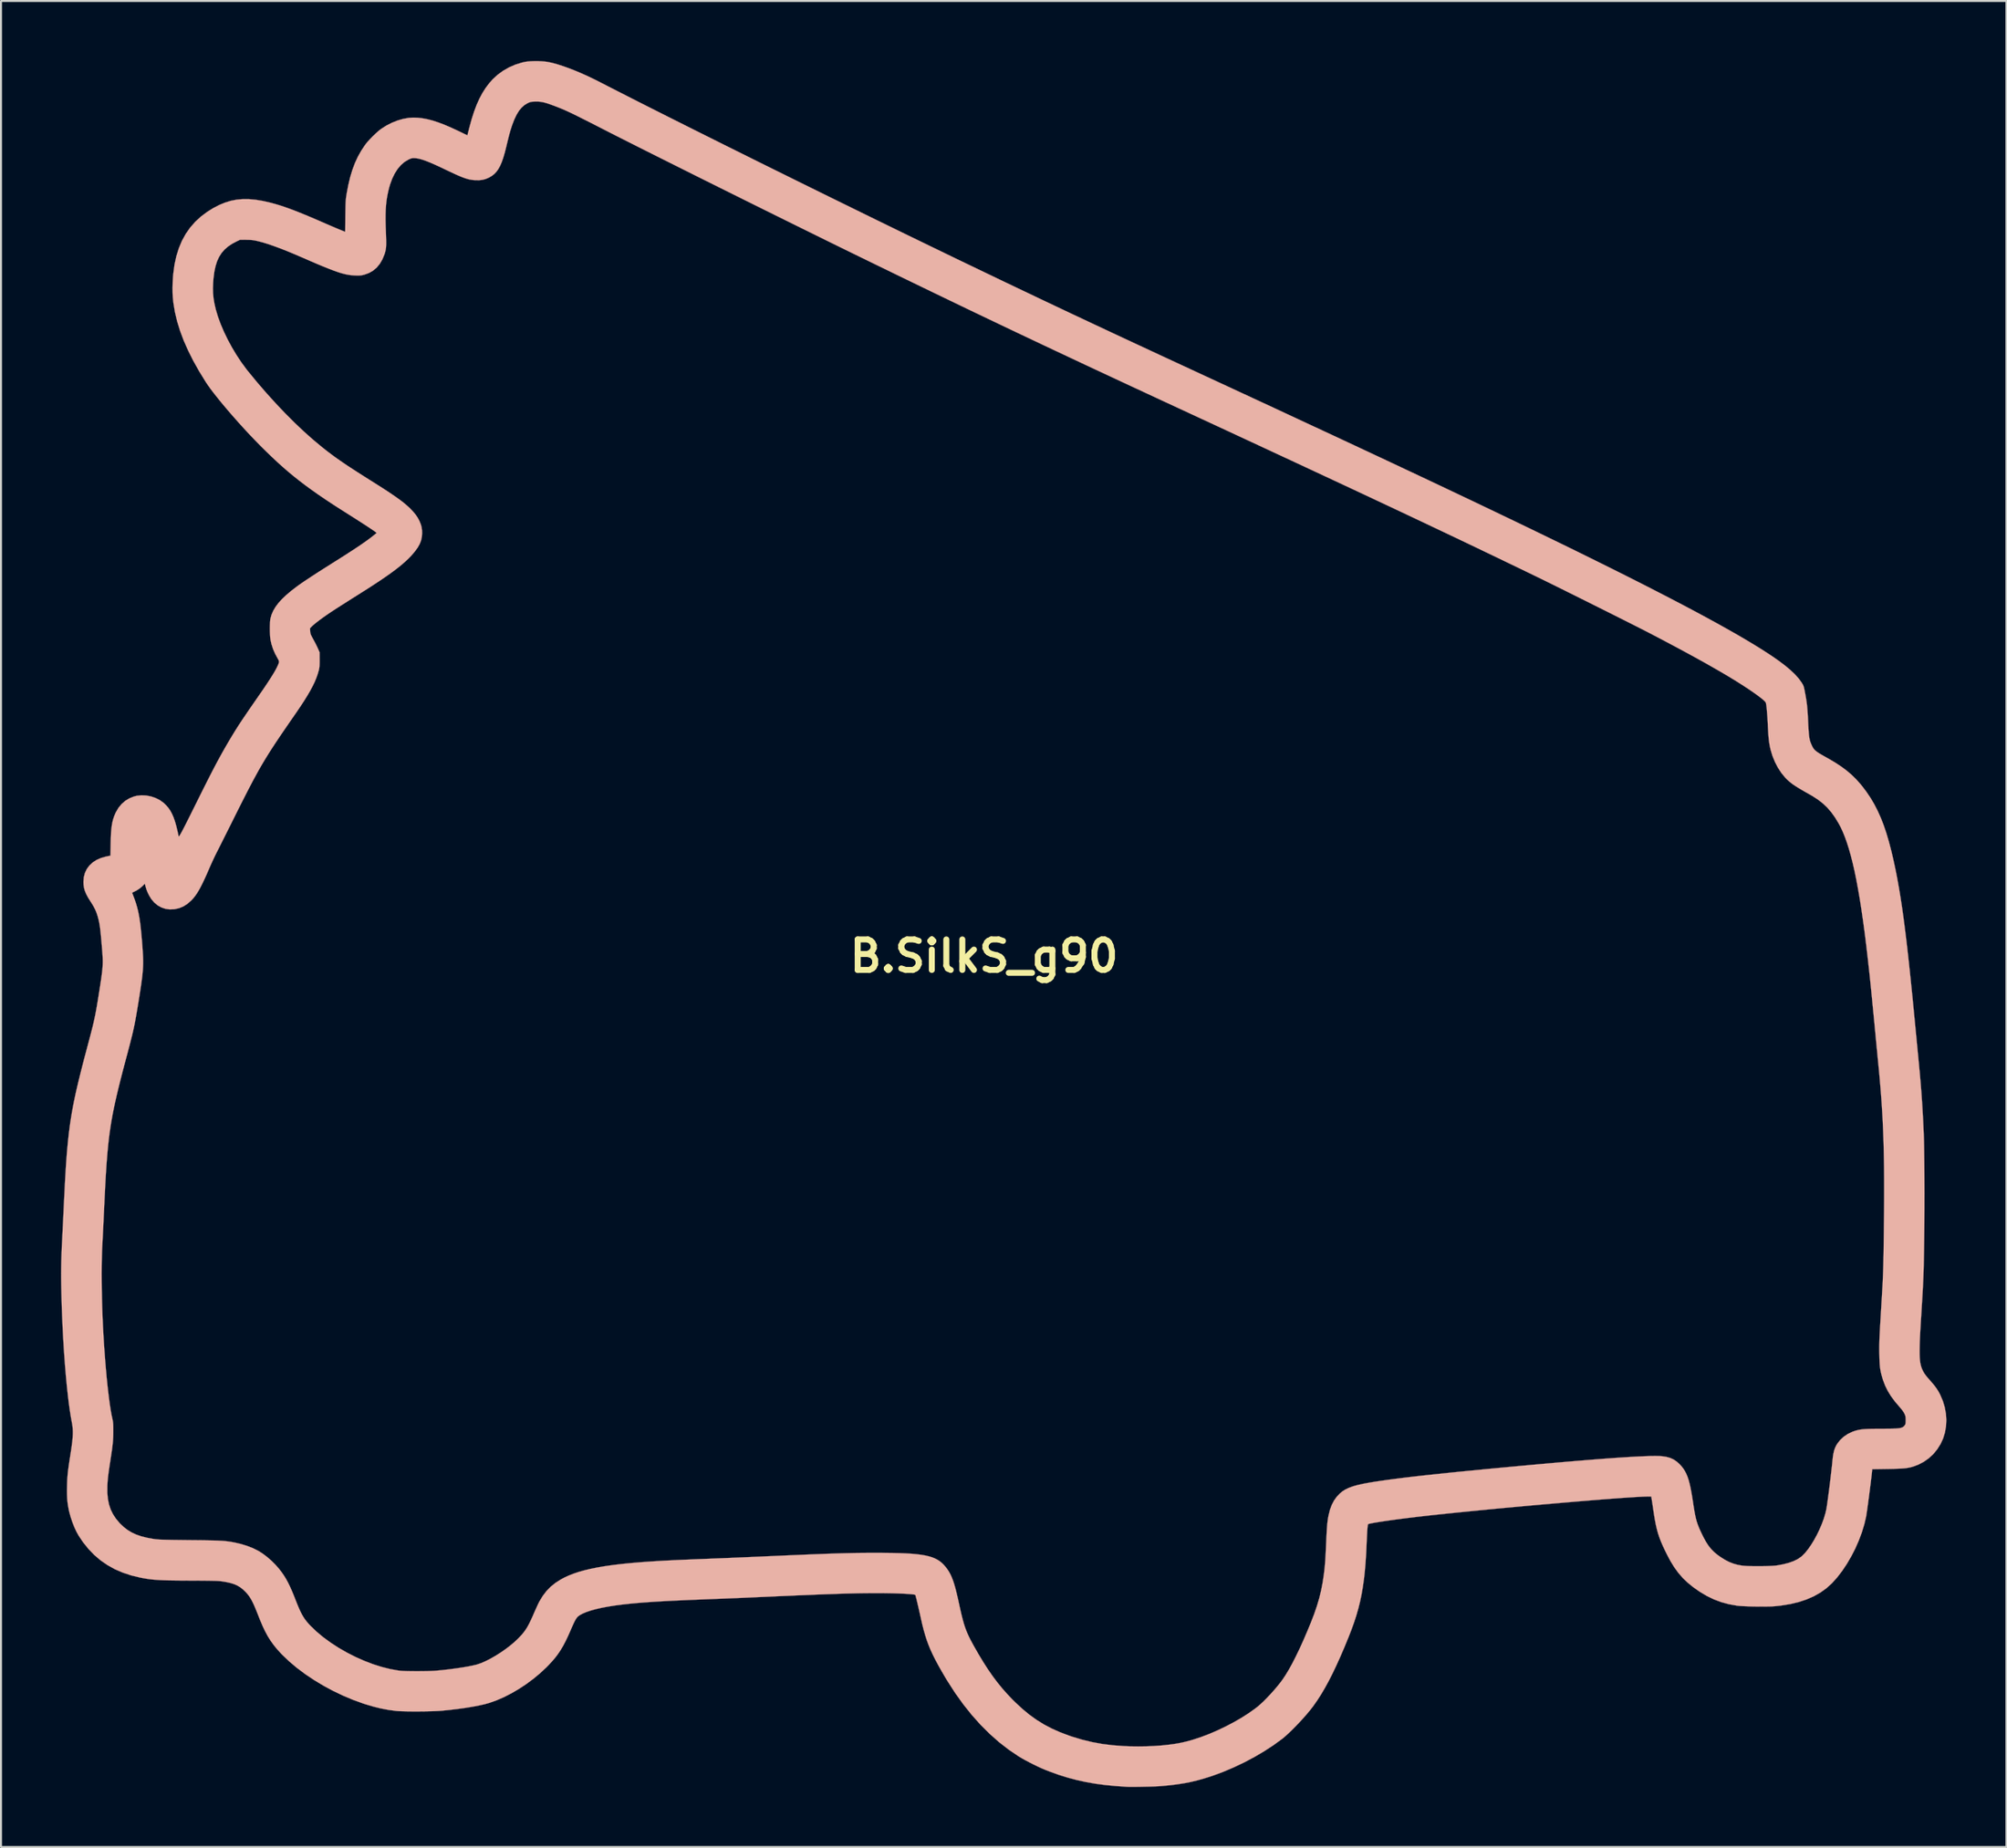
<source format=kicad_pcb>
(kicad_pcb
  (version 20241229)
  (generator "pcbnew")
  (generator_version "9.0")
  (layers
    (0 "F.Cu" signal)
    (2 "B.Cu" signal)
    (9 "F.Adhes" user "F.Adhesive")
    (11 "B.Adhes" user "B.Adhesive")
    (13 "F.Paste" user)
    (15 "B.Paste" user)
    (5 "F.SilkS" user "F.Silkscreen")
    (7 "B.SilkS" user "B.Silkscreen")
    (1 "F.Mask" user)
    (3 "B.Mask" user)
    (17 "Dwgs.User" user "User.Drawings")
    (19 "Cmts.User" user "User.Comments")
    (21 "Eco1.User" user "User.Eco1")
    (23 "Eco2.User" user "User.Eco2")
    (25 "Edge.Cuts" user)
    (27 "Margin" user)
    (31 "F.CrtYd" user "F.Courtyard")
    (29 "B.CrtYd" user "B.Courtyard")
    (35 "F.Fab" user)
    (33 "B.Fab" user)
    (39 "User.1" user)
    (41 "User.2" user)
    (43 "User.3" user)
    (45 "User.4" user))
  (footprint "B.SilkS_g90"
    (layer "F.Cu")
    (at 46.12 44.738)
    (property "Reference" "B.SilkS_g90" (at 0 0 0) (layer "F.SilkS") (effects (font (size 1.524 1.524) (thickness 0.3))))
    (attr through_hole)
    (fp_poly (pts (xy -22.276 -44.732) (xy -22.093 -44.724) (xy -21.925 -44.709) (xy -21.812 -44.694) (xy -21.589 -44.647) (xy -21.336 -44.578) (xy -21.058 -44.489) (xy -20.758 -44.382) (xy -20.442 -44.259) (xy -20.115 -44.121) (xy -19.782 -43.971) (xy -19.446 -43.809) (xy -19.241 -43.705) (xy -18.799 -43.478) (xy -18.322 -43.234) (xy -17.811 -42.974) (xy -17.269 -42.698) (xy -16.698 -42.41) (xy -16.1 -42.108) (xy -15.477 -41.795) (xy -14.831 -41.471) (xy -14.166 -41.138) (xy -13.482 -40.797) (xy -12.783 -40.448) (xy -12.071 -40.094) (xy -11.347 -39.734) (xy -10.614 -39.371) (xy -9.875 -39.006) (xy -9.131 -38.638) (xy -8.386 -38.271) (xy -7.64 -37.904) (xy -6.897 -37.539) (xy -6.158 -37.176) (xy -5.427 -36.818) (xy -4.704 -36.465) (xy -3.993 -36.118) (xy -3.295 -35.779) (xy -2.613 -35.448) (xy -1.95 -35.127) (xy -1.307 -34.816) (xy -0.73 -34.539) (xy -0.146 -34.258) (xy 0.416 -33.989) (xy 0.959 -33.728) (xy 1.487 -33.476) (xy 2.003 -33.23) (xy 2.509 -32.989) (xy 3.009 -32.751) (xy 3.505 -32.516) (xy 4.002 -32.281) (xy 4.501 -32.045) (xy 5.006 -31.808) (xy 5.52 -31.566) (xy 6.047 -31.319) (xy 6.588 -31.066) (xy 7.148 -30.805) (xy 7.729 -30.534) (xy 8.334 -30.252) (xy 8.967 -29.958) (xy 9.63 -29.651) (xy 10.327 -29.328) (xy 10.774 -29.12) (xy 11.819 -28.636) (xy 12.826 -28.169) (xy 13.798 -27.718) (xy 14.735 -27.283) (xy 15.638 -26.862) (xy 16.509 -26.456) (xy 17.35 -26.065) (xy 18.161 -25.686) (xy 18.944 -25.32) (xy 19.699 -24.966) (xy 20.43 -24.623) (xy 21.135 -24.291) (xy 21.818 -23.97) (xy 22.479 -23.658) (xy 23.119 -23.355) (xy 23.74 -23.06) (xy 24.344 -22.774) (xy 24.93 -22.494) (xy 25.501 -22.221) (xy 26.058 -21.954) (xy 26.603 -21.693) (xy 26.85 -21.574) (xy 27.829 -21.1) (xy 28.77 -20.643) (xy 29.672 -20.202) (xy 30.535 -19.776) (xy 31.361 -19.366) (xy 32.15 -18.971) (xy 32.902 -18.591) (xy 33.616 -18.225) (xy 34.295 -17.875) (xy 34.937 -17.539) (xy 35.543 -17.218) (xy 36.114 -16.91) (xy 36.65 -16.617) (xy 37.151 -16.337) (xy 37.618 -16.072) (xy 38.051 -15.819) (xy 38.449 -15.58) (xy 38.815 -15.354) (xy 39.147 -15.141) (xy 39.447 -14.941) (xy 39.709 -14.757) (xy 40.014 -14.527) (xy 40.28 -14.305) (xy 40.505 -14.092) (xy 40.69 -13.888) (xy 40.832 -13.695) (xy 40.88 -13.62) (xy 40.915 -13.558) (xy 40.941 -13.499) (xy 40.962 -13.431) (xy 40.982 -13.344) (xy 41.005 -13.229) (xy 41.042 -13.033) (xy 41.072 -12.858) (xy 41.097 -12.693) (xy 41.117 -12.529) (xy 41.133 -12.358) (xy 41.147 -12.169) (xy 41.16 -11.954) (xy 41.168 -11.779) (xy 41.179 -11.548) (xy 41.19 -11.354) (xy 41.202 -11.193) (xy 41.214 -11.058) (xy 41.228 -10.945) (xy 41.245 -10.85) (xy 41.265 -10.766) (xy 41.29 -10.69) (xy 41.319 -10.615) (xy 41.35 -10.545) (xy 41.385 -10.471) (xy 41.42 -10.408) (xy 41.459 -10.352) (xy 41.506 -10.299) (xy 41.565 -10.247) (xy 41.641 -10.192) (xy 41.737 -10.129) (xy 41.859 -10.057) (xy 42.01 -9.971) (xy 42.162 -9.886) (xy 42.505 -9.685) (xy 42.812 -9.485) (xy 43.088 -9.28) (xy 43.34 -9.067) (xy 43.572 -8.839) (xy 43.791 -8.594) (xy 43.875 -8.491) (xy 44.091 -8.204) (xy 44.29 -7.909) (xy 44.473 -7.599) (xy 44.641 -7.273) (xy 44.798 -6.926) (xy 44.943 -6.555) (xy 45.079 -6.155) (xy 45.207 -5.723) (xy 45.329 -5.256) (xy 45.423 -4.858) (xy 45.485 -4.573) (xy 45.546 -4.285) (xy 45.604 -3.99) (xy 45.66 -3.688) (xy 45.716 -3.375) (xy 45.77 -3.05) (xy 45.823 -2.71) (xy 45.876 -2.354) (xy 45.929 -1.98) (xy 45.981 -1.584) (xy 46.034 -1.166) (xy 46.088 -0.722) (xy 46.142 -0.252) (xy 46.198 0.248) (xy 46.255 0.779) (xy 46.313 1.344) (xy 46.374 1.944) (xy 46.437 2.582) (xy 46.503 3.259) (xy 46.513 3.365) (xy 46.537 3.619) (xy 46.563 3.885) (xy 46.589 4.156) (xy 46.614 4.423) (xy 46.639 4.681) (xy 46.662 4.92) (xy 46.683 5.134) (xy 46.7 5.314) (xy 46.703 5.345) (xy 46.75 5.84) (xy 46.791 6.311) (xy 46.828 6.771) (xy 46.86 7.227) (xy 46.889 7.692) (xy 46.916 8.175) (xy 46.94 8.686) (xy 46.948 8.869) (xy 46.955 9.044) (xy 46.961 9.257) (xy 46.966 9.504) (xy 46.97 9.782) (xy 46.974 10.087) (xy 46.978 10.414) (xy 46.981 10.76) (xy 46.983 11.12) (xy 46.984 11.491) (xy 46.985 11.869) (xy 46.984 12.25) (xy 46.984 12.63) (xy 46.982 13.004) (xy 46.98 13.37) (xy 46.976 13.723) (xy 46.972 14.058) (xy 46.971 14.15) (xy 46.967 14.446) (xy 46.963 14.712) (xy 46.959 14.954) (xy 46.955 15.174) (xy 46.95 15.378) (xy 46.946 15.571) (xy 46.94 15.755) (xy 46.934 15.936) (xy 46.927 16.117) (xy 46.918 16.304) (xy 46.909 16.5) (xy 46.898 16.711) (xy 46.885 16.939) (xy 46.87 17.189) (xy 46.853 17.467) (xy 46.835 17.775) (xy 46.813 18.119) (xy 46.799 18.341) (xy 46.779 18.687) (xy 46.762 18.994) (xy 46.75 19.265) (xy 46.743 19.503) (xy 46.74 19.712) (xy 46.741 19.894) (xy 46.747 20.052) (xy 46.758 20.189) (xy 46.773 20.309) (xy 46.794 20.415) (xy 46.819 20.509) (xy 46.839 20.57) (xy 46.88 20.672) (xy 46.926 20.766) (xy 46.982 20.859) (xy 47.054 20.959) (xy 47.146 21.072) (xy 47.263 21.206) (xy 47.275 21.22) (xy 47.41 21.376) (xy 47.52 21.513) (xy 47.611 21.642) (xy 47.691 21.771) (xy 47.765 21.909) (xy 47.769 21.918) (xy 47.902 22.228) (xy 47.998 22.545) (xy 48.057 22.866) (xy 48.078 23.186) (xy 48.061 23.503) (xy 48.008 23.811) (xy 47.917 24.107) (xy 47.789 24.384) (xy 47.622 24.65) (xy 47.424 24.889) (xy 47.199 25.098) (xy 46.948 25.274) (xy 46.676 25.416) (xy 46.467 25.496) (xy 46.372 25.526) (xy 46.281 25.55) (xy 46.188 25.57) (xy 46.089 25.586) (xy 45.977 25.599) (xy 45.848 25.609) (xy 45.696 25.617) (xy 45.515 25.623) (xy 45.301 25.628) (xy 45.149 25.631) (xy 44.376 25.643) (xy 44.349 25.897) (xy 44.334 26.03) (xy 44.315 26.188) (xy 44.293 26.367) (xy 44.269 26.56) (xy 44.243 26.761) (xy 44.217 26.966) (xy 44.19 27.169) (xy 44.164 27.363) (xy 44.139 27.543) (xy 44.116 27.704) (xy 44.096 27.84) (xy 44.08 27.944) (xy 44.069 28.012) (xy 43.977 28.406) (xy 43.854 28.808) (xy 43.702 29.212) (xy 43.526 29.612) (xy 43.327 30) (xy 43.11 30.372) (xy 42.877 30.721) (xy 42.632 31.041) (xy 42.377 31.326) (xy 42.344 31.359) (xy 42.076 31.6) (xy 41.779 31.812) (xy 41.452 31.996) (xy 41.094 32.152) (xy 40.706 32.281) (xy 40.287 32.382) (xy 39.835 32.456) (xy 39.502 32.492) (xy 39.378 32.5) (xy 39.222 32.505) (xy 39.043 32.508) (xy 38.847 32.509) (xy 38.642 32.508) (xy 38.435 32.505) (xy 38.233 32.5) (xy 38.043 32.493) (xy 37.874 32.485) (xy 37.731 32.475) (xy 37.622 32.463) (xy 37.613 32.462) (xy 37.209 32.389) (xy 36.831 32.286) (xy 36.47 32.151) (xy 36.119 31.982) (xy 35.769 31.774) (xy 35.74 31.755) (xy 35.431 31.538) (xy 35.156 31.315) (xy 34.911 31.08) (xy 34.689 30.825) (xy 34.486 30.546) (xy 34.295 30.236) (xy 34.145 29.955) (xy 34.017 29.697) (xy 33.908 29.465) (xy 33.816 29.25) (xy 33.738 29.046) (xy 33.671 28.843) (xy 33.614 28.634) (xy 33.563 28.412) (xy 33.516 28.168) (xy 33.471 27.893) (xy 33.444 27.718) (xy 33.423 27.576) (xy 33.402 27.439) (xy 33.384 27.317) (xy 33.368 27.217) (xy 33.357 27.149) (xy 33.356 27.141) (xy 33.333 27.009) (xy 33.168 27.009) (xy 33.048 27.011) (xy 32.888 27.017) (xy 32.691 27.027) (xy 32.459 27.041) (xy 32.194 27.058) (xy 31.899 27.078) (xy 31.575 27.102) (xy 31.225 27.128) (xy 30.853 27.157) (xy 30.458 27.188) (xy 30.045 27.222) (xy 29.616 27.257) (xy 29.172 27.295) (xy 28.717 27.334) (xy 28.252 27.375) (xy 27.78 27.416) (xy 27.302 27.459) (xy 26.823 27.503) (xy 26.343 27.547) (xy 25.865 27.591) (xy 25.392 27.636) (xy 24.926 27.681) (xy 24.468 27.726) (xy 24.022 27.77) (xy 23.59 27.813) (xy 23.174 27.856) (xy 22.776 27.898) (xy 22.399 27.938) (xy 22.045 27.978) (xy 21.992 27.984) (xy 21.682 28.019) (xy 21.378 28.056) (xy 21.081 28.092) (xy 20.795 28.129) (xy 20.523 28.165) (xy 20.268 28.2) (xy 20.032 28.234) (xy 19.819 28.266) (xy 19.632 28.296) (xy 19.473 28.323) (xy 19.346 28.347) (xy 19.253 28.367) (xy 19.198 28.384) (xy 19.184 28.391) (xy 19.174 28.423) (xy 19.163 28.495) (xy 19.152 28.607) (xy 19.141 28.758) (xy 19.131 28.946) (xy 19.12 29.17) (xy 19.114 29.316) (xy 19.091 29.822) (xy 19.061 30.292) (xy 19.024 30.729) (xy 18.979 31.139) (xy 18.924 31.527) (xy 18.86 31.898) (xy 18.785 32.256) (xy 18.698 32.606) (xy 18.598 32.955) (xy 18.484 33.305) (xy 18.355 33.663) (xy 18.214 34.025) (xy 18.003 34.539) (xy 17.799 35.013) (xy 17.601 35.451) (xy 17.408 35.855) (xy 17.219 36.227) (xy 17.031 36.57) (xy 16.845 36.887) (xy 16.658 37.179) (xy 16.469 37.45) (xy 16.397 37.547) (xy 16.264 37.716) (xy 16.11 37.9) (xy 15.941 38.092) (xy 15.762 38.287) (xy 15.579 38.479) (xy 15.397 38.662) (xy 15.223 38.831) (xy 15.061 38.979) (xy 14.917 39.101) (xy 14.88 39.129) (xy 14.455 39.439) (xy 13.995 39.739) (xy 13.508 40.025) (xy 13 40.295) (xy 12.479 40.543) (xy 11.952 40.767) (xy 11.425 40.962) (xy 11.285 41.009) (xy 10.958 41.111) (xy 10.64 41.199) (xy 10.324 41.274) (xy 10.002 41.337) (xy 9.665 41.39) (xy 9.305 41.436) (xy 8.914 41.474) (xy 8.763 41.486) (xy 8.669 41.492) (xy 8.543 41.498) (xy 8.391 41.503) (xy 8.221 41.508) (xy 8.041 41.512) (xy 7.857 41.516) (xy 7.678 41.519) (xy 7.509 41.52) (xy 7.36 41.52) (xy 7.237 41.52) (xy 7.147 41.517) (xy 7.133 41.517) (xy 6.573 41.478) (xy 6.047 41.426) (xy 5.549 41.359) (xy 5.074 41.275) (xy 4.614 41.174) (xy 4.165 41.054) (xy 3.72 40.915) (xy 3.272 40.753) (xy 3.037 40.661) (xy 2.87 40.59) (xy 2.679 40.502) (xy 2.476 40.403) (xy 2.27 40.299) (xy 2.071 40.194) (xy 1.891 40.093) (xy 1.74 40.003) (xy 1.734 40) (xy 1.234 39.662) (xy 0.748 39.285) (xy 0.277 38.868) (xy -0.178 38.414) (xy -0.617 37.923) (xy -1.039 37.394) (xy -1.444 36.829) (xy -1.831 36.228) (xy -1.941 36.047) (xy -2.128 35.726) (xy -2.293 35.433) (xy -2.438 35.163) (xy -2.565 34.909) (xy -2.677 34.666) (xy -2.775 34.427) (xy -2.863 34.187) (xy -2.943 33.94) (xy -3.017 33.68) (xy -3.088 33.401) (xy -3.157 33.097) (xy -3.174 33.02) (xy -3.209 32.859) (xy -3.246 32.696) (xy -3.283 32.535) (xy -3.319 32.382) (xy -3.352 32.243) (xy -3.381 32.122) (xy -3.406 32.026) (xy -3.424 31.959) (xy -3.435 31.928) (xy -3.436 31.926) (xy -3.47 31.913) (xy -3.542 31.901) (xy -3.649 31.889) (xy -3.787 31.878) (xy -3.952 31.868) (xy -4.142 31.859) (xy -4.352 31.851) (xy -4.578 31.844) (xy -4.817 31.84) (xy -5.066 31.836) (xy -5.319 31.835) (xy -5.355 31.835) (xy -5.562 31.835) (xy -5.771 31.837) (xy -5.985 31.839) (xy -6.205 31.842) (xy -6.436 31.847) (xy -6.678 31.853) (xy -6.936 31.859) (xy -7.211 31.868) (xy -7.507 31.878) (xy -7.826 31.889) (xy -8.17 31.902) (xy -8.542 31.917) (xy -8.945 31.934) (xy -9.382 31.952) (xy -9.854 31.973) (xy -10.366 31.995) (xy -10.552 32.004) (xy -10.913 32.02) (xy -11.237 32.034) (xy -11.531 32.047) (xy -11.799 32.059) (xy -12.048 32.07) (xy -12.283 32.08) (xy -12.51 32.089) (xy -12.735 32.098) (xy -12.963 32.108) (xy -13.201 32.117) (xy -13.453 32.127) (xy -13.725 32.138) (xy -14.024 32.15) (xy -14.108 32.153) (xy -14.628 32.174) (xy -15.108 32.195) (xy -15.553 32.216) (xy -15.963 32.237) (xy -16.342 32.259) (xy -16.693 32.282) (xy -17.018 32.305) (xy -17.322 32.33) (xy -17.605 32.356) (xy -17.871 32.384) (xy -18.124 32.413) (xy -18.365 32.445) (xy -18.476 32.46) (xy -18.813 32.514) (xy -19.124 32.573) (xy -19.406 32.638) (xy -19.658 32.708) (xy -19.876 32.782) (xy -20.058 32.859) (xy -20.203 32.938) (xy -20.287 33) (xy -20.328 33.041) (xy -20.368 33.091) (xy -20.409 33.156) (xy -20.455 33.24) (xy -20.508 33.348) (xy -20.571 33.486) (xy -20.646 33.659) (xy -20.648 33.665) (xy -20.78 33.963) (xy -20.905 34.226) (xy -21.028 34.461) (xy -21.154 34.674) (xy -21.285 34.871) (xy -21.427 35.059) (xy -21.584 35.244) (xy -21.759 35.433) (xy -21.874 35.55) (xy -22.188 35.843) (xy -22.525 36.122) (xy -22.878 36.384) (xy -23.244 36.626) (xy -23.616 36.843) (xy -23.989 37.034) (xy -24.359 37.195) (xy -24.72 37.323) (xy -24.956 37.389) (xy -25.237 37.452) (xy -25.556 37.513) (xy -25.907 37.571) (xy -26.285 37.624) (xy -26.686 37.672) (xy -27.072 37.712) (xy -27.214 37.723) (xy -27.386 37.732) (xy -27.583 37.739) (xy -27.798 37.745) (xy -28.024 37.749) (xy -28.256 37.751) (xy -28.485 37.751) (xy -28.706 37.75) (xy -28.912 37.746) (xy -29.096 37.741) (xy -29.253 37.734) (xy -29.375 37.724) (xy -29.39 37.723) (xy -29.772 37.671) (xy -30.148 37.599) (xy -30.529 37.504) (xy -30.928 37.385) (xy -31.02 37.355) (xy -31.531 37.17) (xy -32.037 36.957) (xy -32.535 36.718) (xy -33.019 36.457) (xy -33.484 36.176) (xy -33.927 35.879) (xy -34.343 35.567) (xy -34.726 35.244) (xy -35.073 34.912) (xy -35.129 34.854) (xy -35.322 34.642) (xy -35.493 34.432) (xy -35.647 34.218) (xy -35.789 33.992) (xy -35.921 33.748) (xy -36.049 33.479) (xy -36.177 33.177) (xy -36.23 33.043) (xy -36.324 32.805) (xy -36.406 32.603) (xy -36.48 32.431) (xy -36.549 32.286) (xy -36.613 32.163) (xy -36.677 32.056) (xy -36.742 31.961) (xy -36.811 31.875) (xy -36.886 31.791) (xy -36.9 31.776) (xy -37.03 31.651) (xy -37.162 31.547) (xy -37.303 31.462) (xy -37.458 31.392) (xy -37.636 31.335) (xy -37.843 31.288) (xy -38.079 31.248) (xy -38.133 31.241) (xy -38.198 31.235) (xy -38.276 31.23) (xy -38.37 31.225) (xy -38.485 31.222) (xy -38.623 31.219) (xy -38.787 31.216) (xy -38.982 31.214) (xy -39.211 31.212) (xy -39.476 31.211) (xy -39.666 31.21) (xy -40 31.208) (xy -40.296 31.206) (xy -40.557 31.202) (xy -40.788 31.198) (xy -40.992 31.192) (xy -41.174 31.184) (xy -41.337 31.174) (xy -41.486 31.162) (xy -41.625 31.148) (xy -41.757 31.131) (xy -41.886 31.111) (xy -42.017 31.088) (xy -42.153 31.062) (xy -42.164 31.06) (xy -42.615 30.951) (xy -43.037 30.811) (xy -43.432 30.64) (xy -43.799 30.436) (xy -44.142 30.2) (xy -44.459 29.93) (xy -44.752 29.626) (xy -45.023 29.287) (xy -45.238 28.967) (xy -45.348 28.769) (xy -45.455 28.54) (xy -45.553 28.291) (xy -45.64 28.032) (xy -45.71 27.776) (xy -45.739 27.644) (xy -45.772 27.461) (xy -45.797 27.284) (xy -45.813 27.102) (xy -45.821 26.906) (xy -45.823 26.685) (xy -45.819 26.473) (xy -45.815 26.316) (xy -45.809 26.173) (xy -45.8 26.037) (xy -45.789 25.901) (xy -45.774 25.758) (xy -45.754 25.601) (xy -45.729 25.424) (xy -45.699 25.22) (xy -45.661 24.981) (xy -45.659 24.965) (xy -45.616 24.691) (xy -45.583 24.452) (xy -45.557 24.245) (xy -45.54 24.063) (xy -45.531 23.902) (xy -45.53 23.757) (xy -45.536 23.622) (xy -45.549 23.492) (xy -45.569 23.362) (xy -45.581 23.299) (xy -45.633 23.011) (xy -45.684 22.684) (xy -45.734 22.321) (xy -45.781 21.926) (xy -45.827 21.5) (xy -45.87 21.049) (xy -45.911 20.574) (xy -45.949 20.079) (xy -45.984 19.567) (xy -46.015 19.041) (xy -46.043 18.505) (xy -46.067 17.961) (xy -46.087 17.413) (xy -46.102 16.87) (xy -46.111 16.435) (xy -46.115 16.031) (xy -46.114 15.852) (xy -44.091 15.852) (xy -44.089 16.265) (xy -44.084 16.691) (xy -44.076 17.127) (xy -44.064 17.565) (xy -44.048 18.001) (xy -44.029 18.429) (xy -44.027 18.479) (xy -44.002 18.931) (xy -43.975 19.378) (xy -43.944 19.818) (xy -43.912 20.247) (xy -43.877 20.662) (xy -43.841 21.06) (xy -43.803 21.437) (xy -43.763 21.791) (xy -43.723 22.117) (xy -43.683 22.414) (xy -43.642 22.678) (xy -43.602 22.905) (xy -43.567 23.072) (xy -43.547 23.161) (xy -43.532 23.238) (xy -43.522 23.314) (xy -43.516 23.396) (xy -43.512 23.495) (xy -43.511 23.62) (xy -43.511 23.738) (xy -43.512 23.896) (xy -43.516 24.043) (xy -43.524 24.187) (xy -43.536 24.336) (xy -43.554 24.495) (xy -43.576 24.674) (xy -43.606 24.878) (xy -43.642 25.116) (xy -43.648 25.157) (xy -43.687 25.403) (xy -43.718 25.613) (xy -43.744 25.794) (xy -43.764 25.951) (xy -43.78 26.09) (xy -43.791 26.217) (xy -43.8 26.338) (xy -43.806 26.458) (xy -43.807 26.49) (xy -43.808 26.822) (xy -43.781 27.124) (xy -43.726 27.4) (xy -43.641 27.656) (xy -43.524 27.894) (xy -43.375 28.12) (xy -43.192 28.337) (xy -43.163 28.367) (xy -42.984 28.536) (xy -42.795 28.682) (xy -42.591 28.805) (xy -42.367 28.909) (xy -42.117 28.996) (xy -41.838 29.067) (xy -41.524 29.125) (xy -41.439 29.138) (xy -41.384 29.145) (xy -41.319 29.151) (xy -41.241 29.157) (xy -41.147 29.162) (xy -41.033 29.166) (xy -40.897 29.17) (xy -40.736 29.174) (xy -40.545 29.178) (xy -40.323 29.181) (xy -40.065 29.184) (xy -39.769 29.188) (xy -39.677 29.189) (xy -39.363 29.192) (xy -39.088 29.195) (xy -38.847 29.199) (xy -38.638 29.203) (xy -38.457 29.207) (xy -38.3 29.212) (xy -38.163 29.219) (xy -38.042 29.226) (xy -37.935 29.235) (xy -37.837 29.245) (xy -37.745 29.257) (xy -37.654 29.271) (xy -37.562 29.287) (xy -37.465 29.305) (xy -37.454 29.307) (xy -37.131 29.382) (xy -36.82 29.478) (xy -36.529 29.592) (xy -36.27 29.721) (xy -36.248 29.733) (xy -36.036 29.869) (xy -35.818 30.035) (xy -35.602 30.223) (xy -35.4 30.426) (xy -35.224 30.628) (xy -35.1 30.789) (xy -34.986 30.953) (xy -34.88 31.125) (xy -34.778 31.312) (xy -34.677 31.52) (xy -34.573 31.754) (xy -34.464 32.021) (xy -34.415 32.147) (xy -34.321 32.384) (xy -34.237 32.586) (xy -34.158 32.759) (xy -34.081 32.909) (xy -34.003 33.042) (xy -33.921 33.163) (xy -33.831 33.278) (xy -33.73 33.393) (xy -33.656 33.472) (xy -33.352 33.764) (xy -33.012 34.047) (xy -32.642 34.317) (xy -32.247 34.573) (xy -31.834 34.81) (xy -31.407 35.027) (xy -30.972 35.22) (xy -30.534 35.388) (xy -30.099 35.526) (xy -29.673 35.633) (xy -29.26 35.706) (xy -29.21 35.712) (xy -29.112 35.721) (xy -28.978 35.728) (xy -28.817 35.734) (xy -28.634 35.737) (xy -28.438 35.739) (xy -28.235 35.739) (xy -28.033 35.737) (xy -27.838 35.734) (xy -27.658 35.728) (xy -27.499 35.721) (xy -27.37 35.712) (xy -27.369 35.712) (xy -27.097 35.686) (xy -26.82 35.656) (xy -26.546 35.621) (xy -26.279 35.584) (xy -26.027 35.545) (xy -25.794 35.505) (xy -25.588 35.464) (xy -25.414 35.425) (xy -25.326 35.401) (xy -25.125 35.332) (xy -24.902 35.235) (xy -24.665 35.114) (xy -24.42 34.974) (xy -24.172 34.818) (xy -23.93 34.651) (xy -23.698 34.476) (xy -23.485 34.298) (xy -23.329 34.154) (xy -23.2 34.024) (xy -23.088 33.902) (xy -22.989 33.78) (xy -22.899 33.654) (xy -22.813 33.515) (xy -22.728 33.359) (xy -22.64 33.178) (xy -22.544 32.966) (xy -22.499 32.86) (xy -22.438 32.721) (xy -22.376 32.585) (xy -22.319 32.459) (xy -22.269 32.353) (xy -22.23 32.276) (xy -22.221 32.258) (xy -22.052 31.979) (xy -21.866 31.735) (xy -21.657 31.52) (xy -21.422 31.329) (xy -21.153 31.157) (xy -20.972 31.06) (xy -20.754 30.959) (xy -20.516 30.865) (xy -20.256 30.778) (xy -19.972 30.698) (xy -19.663 30.624) (xy -19.326 30.556) (xy -18.96 30.493) (xy -18.563 30.436) (xy -18.133 30.384) (xy -17.668 30.337) (xy -17.167 30.294) (xy -16.628 30.255) (xy -16.048 30.22) (xy -15.981 30.216) (xy -15.873 30.211) (xy -15.766 30.205) (xy -15.656 30.2) (xy -15.54 30.194) (xy -15.415 30.188) (xy -15.278 30.182) (xy -15.126 30.175) (xy -14.956 30.168) (xy -14.765 30.16) (xy -14.55 30.151) (xy -14.308 30.141) (xy -14.037 30.131) (xy -13.732 30.118) (xy -13.392 30.105) (xy -13.012 30.09) (xy -12.965 30.088) (xy -12.789 30.081) (xy -12.578 30.072) (xy -12.339 30.062) (xy -12.078 30.051) (xy -11.803 30.039) (xy -11.519 30.027) (xy -11.235 30.015) (xy -10.957 30.002) (xy -10.753 29.993) (xy -10.248 29.971) (xy -9.784 29.95) (xy -9.355 29.932) (xy -8.961 29.915) (xy -8.598 29.9) (xy -8.263 29.887) (xy -7.953 29.875) (xy -7.665 29.865) (xy -7.398 29.856) (xy -7.147 29.848) (xy -6.91 29.842) (xy -6.685 29.837) (xy -6.468 29.832) (xy -6.256 29.829) (xy -6.048 29.827) (xy -5.839 29.825) (xy -5.627 29.825) (xy -5.41 29.824) (xy -5.387 29.824) (xy -4.958 29.826) (xy -4.569 29.831) (xy -4.217 29.839) (xy -3.9 29.852) (xy -3.615 29.87) (xy -3.36 29.893) (xy -3.133 29.922) (xy -2.931 29.957) (xy -2.751 30) (xy -2.592 30.049) (xy -2.45 30.107) (xy -2.323 30.173) (xy -2.209 30.248) (xy -2.105 30.333) (xy -2.01 30.428) (xy -1.919 30.533) (xy -1.893 30.567) (xy -1.813 30.676) (xy -1.741 30.791) (xy -1.675 30.915) (xy -1.613 31.053) (xy -1.553 31.208) (xy -1.495 31.384) (xy -1.437 31.586) (xy -1.378 31.818) (xy -1.315 32.083) (xy -1.249 32.385) (xy -1.186 32.672) (xy -1.128 32.923) (xy -1.072 33.145) (xy -1.017 33.343) (xy -0.96 33.522) (xy -0.899 33.69) (xy -0.832 33.853) (xy -0.758 34.015) (xy -0.674 34.183) (xy -0.577 34.364) (xy -0.528 34.453) (xy -0.282 34.884) (xy -0.044 35.279) (xy 0.19 35.643) (xy 0.423 35.98) (xy 0.659 36.295) (xy 0.902 36.594) (xy 1.154 36.879) (xy 1.419 37.158) (xy 1.559 37.296) (xy 1.908 37.62) (xy 2.257 37.909) (xy 2.612 38.165) (xy 2.98 38.394) (xy 3.368 38.599) (xy 3.78 38.784) (xy 4.225 38.952) (xy 4.417 39.018) (xy 4.91 39.165) (xy 5.404 39.284) (xy 5.907 39.376) (xy 6.425 39.441) (xy 6.968 39.482) (xy 7.292 39.495) (xy 7.695 39.5) (xy 8.092 39.495) (xy 8.472 39.48) (xy 8.826 39.455) (xy 8.939 39.445) (xy 9.219 39.414) (xy 9.467 39.381) (xy 9.693 39.345) (xy 9.906 39.302) (xy 10.116 39.252) (xy 10.334 39.193) (xy 10.456 39.157) (xy 10.85 39.027) (xy 11.254 38.873) (xy 11.662 38.697) (xy 12.067 38.504) (xy 12.462 38.297) (xy 12.84 38.08) (xy 13.193 37.856) (xy 13.514 37.63) (xy 13.663 37.515) (xy 13.805 37.393) (xy 13.965 37.244) (xy 14.135 37.072) (xy 14.31 36.887) (xy 14.483 36.694) (xy 14.648 36.5) (xy 14.798 36.313) (xy 14.905 36.169) (xy 15.061 35.937) (xy 15.226 35.664) (xy 15.398 35.353) (xy 15.576 35.004) (xy 15.762 34.619) (xy 15.953 34.198) (xy 16.149 33.742) (xy 16.329 33.306) (xy 16.494 32.879) (xy 16.632 32.475) (xy 16.748 32.082) (xy 16.842 31.693) (xy 16.919 31.296) (xy 16.975 30.919) (xy 16.994 30.771) (xy 17.01 30.631) (xy 17.024 30.493) (xy 17.036 30.35) (xy 17.048 30.196) (xy 17.058 30.025) (xy 17.069 29.83) (xy 17.08 29.605) (xy 17.091 29.345) (xy 17.092 29.337) (xy 17.103 29.084) (xy 17.114 28.869) (xy 17.124 28.685) (xy 17.135 28.528) (xy 17.146 28.393) (xy 17.159 28.275) (xy 17.173 28.168) (xy 17.189 28.068) (xy 17.208 27.968) (xy 17.211 27.953) (xy 17.28 27.674) (xy 17.371 27.428) (xy 17.485 27.21) (xy 17.626 27.015) (xy 17.774 26.859) (xy 17.901 26.753) (xy 18.048 26.66) (xy 18.219 26.578) (xy 18.418 26.504) (xy 18.649 26.438) (xy 18.917 26.377) (xy 19.029 26.355) (xy 19.272 26.311) (xy 19.547 26.266) (xy 19.855 26.22) (xy 20.196 26.172) (xy 20.571 26.123) (xy 20.981 26.071) (xy 21.427 26.018) (xy 21.91 25.963) (xy 22.431 25.907) (xy 22.99 25.848) (xy 23.588 25.786) (xy 24.227 25.723) (xy 24.907 25.657) (xy 25.146 25.634) (xy 25.974 25.556) (xy 26.76 25.483) (xy 27.505 25.414) (xy 28.208 25.351) (xy 28.87 25.293) (xy 29.491 25.24) (xy 30.071 25.192) (xy 30.611 25.149) (xy 31.11 25.111) (xy 31.569 25.078) (xy 31.988 25.05) (xy 32.367 25.027) (xy 32.707 25.009) (xy 33.007 24.996) (xy 33.268 24.987) (xy 33.49 24.984) (xy 33.673 24.985) (xy 33.817 24.991) (xy 33.869 24.995) (xy 34.092 25.028) (xy 34.286 25.083) (xy 34.457 25.161) (xy 34.614 25.269) (xy 34.745 25.388) (xy 34.845 25.496) (xy 34.933 25.608) (xy 35.011 25.729) (xy 35.081 25.863) (xy 35.144 26.014) (xy 35.201 26.185) (xy 35.254 26.381) (xy 35.303 26.606) (xy 35.351 26.863) (xy 35.399 27.156) (xy 35.422 27.305) (xy 35.459 27.552) (xy 35.495 27.763) (xy 35.53 27.947) (xy 35.566 28.11) (xy 35.607 28.259) (xy 35.654 28.401) (xy 35.709 28.544) (xy 35.774 28.694) (xy 35.851 28.858) (xy 35.935 29.029) (xy 36.062 29.263) (xy 36.191 29.464) (xy 36.33 29.638) (xy 36.485 29.794) (xy 36.663 29.939) (xy 36.798 30.034) (xy 37.018 30.172) (xy 37.224 30.279) (xy 37.428 30.36) (xy 37.64 30.42) (xy 37.871 30.462) (xy 37.878 30.463) (xy 37.983 30.473) (xy 38.123 30.482) (xy 38.289 30.488) (xy 38.473 30.491) (xy 38.668 30.492) (xy 38.867 30.491) (xy 39.06 30.487) (xy 39.242 30.481) (xy 39.403 30.473) (xy 39.537 30.463) (xy 39.624 30.452) (xy 39.937 30.394) (xy 40.212 30.322) (xy 40.449 30.237) (xy 40.651 30.138) (xy 40.82 30.023) (xy 40.871 29.98) (xy 41.021 29.828) (xy 41.173 29.64) (xy 41.324 29.423) (xy 41.471 29.182) (xy 41.612 28.924) (xy 41.742 28.655) (xy 41.858 28.382) (xy 41.958 28.11) (xy 42.037 27.845) (xy 42.077 27.675) (xy 42.091 27.603) (xy 42.108 27.493) (xy 42.129 27.352) (xy 42.152 27.185) (xy 42.177 26.997) (xy 42.204 26.795) (xy 42.232 26.582) (xy 42.259 26.364) (xy 42.286 26.147) (xy 42.311 25.937) (xy 42.334 25.737) (xy 42.355 25.555) (xy 42.372 25.394) (xy 42.385 25.262) (xy 42.386 25.252) (xy 42.408 25.041) (xy 42.436 24.864) (xy 42.471 24.714) (xy 42.516 24.583) (xy 42.573 24.464) (xy 42.625 24.376) (xy 42.771 24.187) (xy 42.95 24.02) (xy 43.157 23.88) (xy 43.388 23.771) (xy 43.508 23.729) (xy 43.601 23.702) (xy 43.695 23.68) (xy 43.793 23.662) (xy 43.901 23.648) (xy 44.025 23.638) (xy 44.17 23.63) (xy 44.341 23.626) (xy 44.543 23.623) (xy 44.782 23.622) (xy 44.81 23.622) (xy 45.052 23.621) (xy 45.255 23.619) (xy 45.424 23.616) (xy 45.562 23.61) (xy 45.673 23.601) (xy 45.762 23.588) (xy 45.831 23.572) (xy 45.886 23.551) (xy 45.929 23.524) (xy 45.965 23.492) (xy 45.998 23.453) (xy 46.004 23.444) (xy 46.026 23.409) (xy 46.039 23.365) (xy 46.046 23.303) (xy 46.048 23.211) (xy 46.048 23.192) (xy 46.047 23.093) (xy 46.04 23.021) (xy 46.025 22.961) (xy 45.999 22.896) (xy 45.982 22.86) (xy 45.927 22.766) (xy 45.847 22.655) (xy 45.749 22.539) (xy 45.742 22.532) (xy 45.511 22.26) (xy 45.315 21.996) (xy 45.153 21.732) (xy 45.02 21.463) (xy 44.913 21.182) (xy 44.873 21.05) (xy 44.835 20.914) (xy 44.805 20.79) (xy 44.782 20.671) (xy 44.764 20.548) (xy 44.751 20.414) (xy 44.742 20.26) (xy 44.735 20.079) (xy 44.731 19.897) (xy 44.729 19.79) (xy 44.728 19.691) (xy 44.728 19.594) (xy 44.728 19.498) (xy 44.73 19.398) (xy 44.732 19.291) (xy 44.736 19.174) (xy 44.741 19.043) (xy 44.748 18.895) (xy 44.757 18.727) (xy 44.767 18.535) (xy 44.78 18.316) (xy 44.795 18.067) (xy 44.812 17.783) (xy 44.831 17.463) (xy 44.841 17.293) (xy 44.856 17.049) (xy 44.869 16.826) (xy 44.881 16.621) (xy 44.892 16.428) (xy 44.901 16.245) (xy 44.909 16.068) (xy 44.916 15.891) (xy 44.922 15.711) (xy 44.928 15.524) (xy 44.933 15.326) (xy 44.937 15.112) (xy 44.942 14.879) (xy 44.946 14.623) (xy 44.95 14.339) (xy 44.954 14.023) (xy 44.958 13.671) (xy 44.96 13.441) (xy 44.967 12.791) (xy 44.971 12.18) (xy 44.972 11.603) (xy 44.971 11.057) (xy 44.967 10.538) (xy 44.959 10.042) (xy 44.949 9.565) (xy 44.935 9.103) (xy 44.918 8.652) (xy 44.898 8.209) (xy 44.873 7.769) (xy 44.845 7.329) (xy 44.813 6.885) (xy 44.776 6.434) (xy 44.736 5.97) (xy 44.691 5.49) (xy 44.672 5.302) (xy 44.655 5.126) (xy 44.635 4.917) (xy 44.612 4.681) (xy 44.587 4.428) (xy 44.562 4.165) (xy 44.537 3.9) (xy 44.512 3.643) (xy 44.493 3.44) (xy 44.47 3.199) (xy 44.446 2.949) (xy 44.421 2.698) (xy 44.397 2.452) (xy 44.375 2.219) (xy 44.354 2.007) (xy 44.336 1.822) (xy 44.322 1.683) (xy 44.243 0.916) (xy 44.163 0.191) (xy 44.083 -0.494) (xy 44.003 -1.14) (xy 43.921 -1.748) (xy 43.838 -2.319) (xy 43.754 -2.854) (xy 43.668 -3.354) (xy 43.581 -3.82) (xy 43.492 -4.253) (xy 43.4 -4.655) (xy 43.306 -5.025) (xy 43.209 -5.367) (xy 43.11 -5.679) (xy 43.007 -5.964) (xy 42.902 -6.223) (xy 42.793 -6.457) (xy 42.696 -6.637) (xy 42.516 -6.933) (xy 42.33 -7.192) (xy 42.132 -7.422) (xy 41.915 -7.628) (xy 41.675 -7.816) (xy 41.404 -7.993) (xy 41.261 -8.076) (xy 41.034 -8.204) (xy 40.841 -8.316) (xy 40.677 -8.414) (xy 40.537 -8.503) (xy 40.417 -8.583) (xy 40.314 -8.66) (xy 40.223 -8.735) (xy 40.138 -8.812) (xy 40.057 -8.893) (xy 40.027 -8.925) (xy 39.834 -9.159) (xy 39.661 -9.424) (xy 39.511 -9.714) (xy 39.387 -10.02) (xy 39.293 -10.336) (xy 39.267 -10.457) (xy 39.244 -10.578) (xy 39.225 -10.695) (xy 39.209 -10.817) (xy 39.196 -10.95) (xy 39.184 -11.101) (xy 39.173 -11.278) (xy 39.162 -11.488) (xy 39.159 -11.574) (xy 39.149 -11.757) (xy 39.138 -11.939) (xy 39.125 -12.114) (xy 39.112 -12.276) (xy 39.098 -12.419) (xy 39.084 -12.536) (xy 39.07 -12.622) (xy 39.061 -12.665) (xy 39.031 -12.712) (xy 38.966 -12.779) (xy 38.866 -12.865) (xy 38.732 -12.969) (xy 38.567 -13.091) (xy 38.371 -13.228) (xy 38.185 -13.355) (xy 37.894 -13.545) (xy 37.575 -13.747) (xy 37.225 -13.961) (xy 36.844 -14.187) (xy 36.431 -14.425) (xy 35.985 -14.678) (xy 35.504 -14.944) (xy 34.989 -15.225) (xy 34.437 -15.521) (xy 33.849 -15.833) (xy 33.285 -16.128) (xy 33.15 -16.198) (xy 32.98 -16.285) (xy 32.78 -16.387) (xy 32.551 -16.503) (xy 32.298 -16.631) (xy 32.024 -16.769) (xy 31.731 -16.916) (xy 31.425 -17.07) (xy 31.107 -17.23) (xy 30.782 -17.392) (xy 30.452 -17.557) (xy 30.121 -17.723) (xy 29.793 -17.886) (xy 29.47 -18.047) (xy 29.156 -18.203) (xy 28.855 -18.353) (xy 28.569 -18.494) (xy 28.303 -18.626) (xy 28.059 -18.746) (xy 27.841 -18.853) (xy 27.652 -18.945) (xy 27.591 -18.975) (xy 27.098 -19.214) (xy 26.607 -19.451) (xy 26.115 -19.688) (xy 25.623 -19.925) (xy 25.127 -20.163) (xy 24.627 -20.403) (xy 24.121 -20.645) (xy 23.607 -20.89) (xy 23.085 -21.138) (xy 22.551 -21.391) (xy 22.006 -21.65) (xy 21.447 -21.914) (xy 20.873 -22.185) (xy 20.283 -22.463) (xy 19.674 -22.749) (xy 19.046 -23.044) (xy 18.397 -23.348) (xy 17.725 -23.662) (xy 17.028 -23.987) (xy 16.307 -24.324) (xy 15.558 -24.673) (xy 14.78 -25.035) (xy 13.972 -25.411) (xy 13.133 -25.801) (xy 12.26 -26.207) (xy 11.352 -26.628) (xy 10.408 -27.066) (xy 9.938 -27.284) (xy 9.043 -27.699) (xy 8.184 -28.098) (xy 7.358 -28.482) (xy 6.561 -28.853) (xy 5.791 -29.213) (xy 5.044 -29.562) (xy 4.318 -29.903) (xy 3.61 -30.236) (xy 2.916 -30.563) (xy 2.234 -30.886) (xy 1.56 -31.205) (xy 0.892 -31.523) (xy 0.226 -31.841) (xy -0.44 -32.159) (xy -1.109 -32.48) (xy -1.785 -32.806) (xy -2.47 -33.136) (xy -3.168 -33.474) (xy -3.881 -33.819) (xy -4.613 -34.175) (xy -5.366 -34.541) (xy -6.054 -34.877) (xy -6.468 -35.079) (xy -6.908 -35.294) (xy -7.37 -35.521) (xy -7.854 -35.759) (xy -8.355 -36.006) (xy -8.872 -36.261) (xy -9.402 -36.522) (xy -9.942 -36.789) (xy -10.491 -37.061) (xy -11.045 -37.335) (xy -11.603 -37.612) (xy -12.161 -37.889) (xy -12.718 -38.166) (xy -13.27 -38.44) (xy -13.816 -38.712) (xy -14.352 -38.979) (xy -14.877 -39.241) (xy -15.388 -39.497) (xy -15.882 -39.744) (xy -16.358 -39.982) (xy -16.811 -40.209) (xy -17.241 -40.425) (xy -17.644 -40.629) (xy -18.019 -40.818) (xy -18.362 -40.991) (xy -18.671 -41.148) (xy -18.86 -41.245) (xy -19.179 -41.408) (xy -19.464 -41.554) (xy -19.717 -41.683) (xy -19.942 -41.796) (xy -20.14 -41.896) (xy -20.316 -41.984) (xy -20.471 -42.061) (xy -20.61 -42.128) (xy -20.734 -42.187) (xy -20.847 -42.239) (xy -20.952 -42.286) (xy -21.052 -42.329) (xy -21.149 -42.37) (xy -21.247 -42.409) (xy -21.348 -42.449) (xy -21.456 -42.49) (xy -21.544 -42.523) (xy -21.732 -42.591) (xy -21.89 -42.642) (xy -22.028 -42.678) (xy -22.154 -42.7) (xy -22.277 -42.711) (xy -22.406 -42.712) (xy -22.425 -42.711) (xy -22.531 -42.707) (xy -22.609 -42.7) (xy -22.669 -42.689) (xy -22.727 -42.669) (xy -22.795 -42.638) (xy -22.822 -42.624) (xy -22.975 -42.53) (xy -23.115 -42.404) (xy -23.244 -42.245) (xy -23.363 -42.049) (xy -23.474 -41.816) (xy -23.578 -41.544) (xy -23.608 -41.454) (xy -23.645 -41.338) (xy -23.678 -41.231) (xy -23.708 -41.124) (xy -23.739 -41.011) (xy -23.772 -40.882) (xy -23.809 -40.731) (xy -23.853 -40.549) (xy -23.874 -40.46) (xy -23.948 -40.165) (xy -24.023 -39.909) (xy -24.1 -39.689) (xy -24.181 -39.501) (xy -24.269 -39.341) (xy -24.365 -39.207) (xy -24.471 -39.094) (xy -24.589 -39.001) (xy -24.721 -38.922) (xy -24.747 -38.908) (xy -24.905 -38.842) (xy -25.062 -38.8) (xy -25.23 -38.781) (xy -25.423 -38.783) (xy -25.43 -38.783) (xy -25.533 -38.791) (xy -25.632 -38.804) (xy -25.733 -38.823) (xy -25.839 -38.851) (xy -25.955 -38.888) (xy -26.085 -38.937) (xy -26.233 -38.998) (xy -26.404 -39.073) (xy -26.603 -39.165) (xy -26.833 -39.274) (xy -26.936 -39.323) (xy -27.21 -39.454) (xy -27.451 -39.564) (xy -27.662 -39.656) (xy -27.845 -39.73) (xy -28.006 -39.789) (xy -28.146 -39.832) (xy -28.269 -39.862) (xy -28.378 -39.88) (xy -28.468 -39.886) (xy -28.546 -39.885) (xy -28.61 -39.875) (xy -28.677 -39.852) (xy -28.764 -39.812) (xy -28.767 -39.81) (xy -28.962 -39.692) (xy -29.142 -39.535) (xy -29.305 -39.342) (xy -29.45 -39.115) (xy -29.576 -38.855) (xy -29.683 -38.564) (xy -29.731 -38.396) (xy -29.782 -38.185) (xy -29.824 -37.977) (xy -29.857 -37.766) (xy -29.881 -37.547) (xy -29.897 -37.314) (xy -29.905 -37.061) (xy -29.906 -36.783) (xy -29.899 -36.474) (xy -29.888 -36.166) (xy -29.88 -35.952) (xy -29.875 -35.775) (xy -29.874 -35.628) (xy -29.877 -35.505) (xy -29.885 -35.4) (xy -29.898 -35.308) (xy -29.917 -35.222) (xy -29.941 -35.136) (xy -29.96 -35.077) (xy -30.065 -34.822) (xy -30.195 -34.601) (xy -30.349 -34.415) (xy -30.528 -34.263) (xy -30.732 -34.145) (xy -30.96 -34.062) (xy -30.991 -34.054) (xy -31.077 -34.034) (xy -31.155 -34.022) (xy -31.239 -34.017) (xy -31.342 -34.017) (xy -31.432 -34.02) (xy -31.546 -34.027) (xy -31.659 -34.038) (xy -31.775 -34.055) (xy -31.895 -34.079) (xy -32.023 -34.11) (xy -32.162 -34.149) (xy -32.315 -34.199) (xy -32.485 -34.259) (xy -32.675 -34.331) (xy -32.888 -34.415) (xy -33.128 -34.514) (xy -33.396 -34.627) (xy -33.696 -34.756) (xy -34.032 -34.903) (xy -34.047 -34.909) (xy -34.458 -35.086) (xy -34.834 -35.242) (xy -35.178 -35.377) (xy -35.492 -35.493) (xy -35.776 -35.591) (xy -36.034 -35.67) (xy -36.267 -35.732) (xy -36.311 -35.742) (xy -36.43 -35.768) (xy -36.533 -35.785) (xy -36.634 -35.795) (xy -36.75 -35.801) (xy -36.872 -35.802) (xy -37.179 -35.803) (xy -37.342 -35.726) (xy -37.576 -35.602) (xy -37.779 -35.465) (xy -37.954 -35.312) (xy -38.102 -35.14) (xy -38.225 -34.947) (xy -38.325 -34.728) (xy -38.403 -34.481) (xy -38.462 -34.203) (xy -38.503 -33.89) (xy -38.521 -33.655) (xy -38.531 -33.381) (xy -38.525 -33.128) (xy -38.501 -32.88) (xy -38.459 -32.626) (xy -38.396 -32.35) (xy -38.387 -32.314) (xy -38.281 -31.959) (xy -38.144 -31.586) (xy -37.98 -31.202) (xy -37.791 -30.812) (xy -37.582 -30.425) (xy -37.355 -30.046) (xy -37.114 -29.682) (xy -36.862 -29.339) (xy -36.783 -29.239) (xy -36.326 -28.683) (xy -35.862 -28.145) (xy -35.393 -27.627) (xy -34.923 -27.132) (xy -34.455 -26.663) (xy -33.992 -26.225) (xy -33.538 -25.82) (xy -33.095 -25.451) (xy -33.094 -25.45) (xy -32.919 -25.311) (xy -32.747 -25.178) (xy -32.574 -25.048) (xy -32.396 -24.918) (xy -32.21 -24.787) (xy -32.011 -24.65) (xy -31.797 -24.505) (xy -31.561 -24.351) (xy -31.302 -24.183) (xy -31.015 -24.001) (xy -30.697 -23.799) (xy -30.618 -23.75) (xy -30.312 -23.557) (xy -30.04 -23.384) (xy -29.8 -23.227) (xy -29.587 -23.085) (xy -29.4 -22.956) (xy -29.235 -22.838) (xy -29.089 -22.729) (xy -28.96 -22.626) (xy -28.845 -22.528) (xy -28.74 -22.433) (xy -28.669 -22.364) (xy -28.521 -22.208) (xy -28.403 -22.065) (xy -28.307 -21.924) (xy -28.227 -21.776) (xy -28.206 -21.731) (xy -28.144 -21.579) (xy -28.105 -21.438) (xy -28.085 -21.29) (xy -28.08 -21.135) (xy -28.094 -20.948) (xy -28.133 -20.77) (xy -28.201 -20.597) (xy -28.301 -20.42) (xy -28.436 -20.234) (xy -28.5 -20.155) (xy -28.62 -20.018) (xy -28.752 -19.881) (xy -28.896 -19.743) (xy -29.057 -19.601) (xy -29.236 -19.453) (xy -29.436 -19.298) (xy -29.659 -19.133) (xy -29.908 -18.958) (xy -30.185 -18.769) (xy -30.493 -18.566) (xy -30.833 -18.346) (xy -31.126 -18.161) (xy -31.369 -18.007) (xy -31.581 -17.874) (xy -31.763 -17.758) (xy -31.919 -17.659) (xy -32.053 -17.574) (xy -32.168 -17.501) (xy -32.268 -17.437) (xy -32.355 -17.381) (xy -32.434 -17.33) (xy -32.507 -17.282) (xy -32.578 -17.236) (xy -32.65 -17.188) (xy -32.692 -17.16) (xy -32.865 -17.042) (xy -33.033 -16.924) (xy -33.19 -16.808) (xy -33.332 -16.7) (xy -33.453 -16.603) (xy -33.547 -16.522) (xy -33.589 -16.482) (xy -33.681 -16.387) (xy -33.673 -16.242) (xy -33.668 -16.18) (xy -33.658 -16.126) (xy -33.64 -16.071) (xy -33.61 -16.005) (xy -33.565 -15.919) (xy -33.523 -15.843) (xy -33.46 -15.727) (xy -33.394 -15.6) (xy -33.335 -15.48) (xy -33.292 -15.388) (xy -33.203 -15.187) (xy -33.201 -14.817) (xy -33.201 -14.674) (xy -33.204 -14.565) (xy -33.209 -14.478) (xy -33.217 -14.405) (xy -33.231 -14.335) (xy -33.249 -14.259) (xy -33.25 -14.258) (xy -33.304 -14.075) (xy -33.371 -13.889) (xy -33.452 -13.695) (xy -33.551 -13.491) (xy -33.668 -13.272) (xy -33.805 -13.036) (xy -33.964 -12.78) (xy -34.147 -12.499) (xy -34.356 -12.191) (xy -34.414 -12.107) (xy -34.653 -11.762) (xy -34.87 -11.446) (xy -35.07 -11.155) (xy -35.252 -10.885) (xy -35.421 -10.633) (xy -35.577 -10.394) (xy -35.723 -10.165) (xy -35.862 -9.942) (xy -35.996 -9.722) (xy -36.126 -9.501) (xy -36.255 -9.275) (xy -36.385 -9.039) (xy -36.519 -8.792) (xy -36.658 -8.527) (xy -36.806 -8.243) (xy -36.963 -7.935) (xy -37.133 -7.6) (xy -37.317 -7.233) (xy -37.478 -6.911) (xy -37.599 -6.668) (xy -37.718 -6.429) (xy -37.833 -6.2) (xy -37.942 -5.982) (xy -38.043 -5.781) (xy -38.134 -5.599) (xy -38.214 -5.439) (xy -38.281 -5.307) (xy -38.333 -5.205) (xy -38.368 -5.136) (xy -38.371 -5.13) (xy -38.422 -5.027) (xy -38.485 -4.895) (xy -38.555 -4.745) (xy -38.627 -4.586) (xy -38.697 -4.428) (xy -38.723 -4.368) (xy -38.847 -4.083) (xy -38.96 -3.835) (xy -39.063 -3.619) (xy -39.158 -3.432) (xy -39.248 -3.271) (xy -39.335 -3.131) (xy -39.42 -3.009) (xy -39.505 -2.9) (xy -39.594 -2.803) (xy -39.624 -2.773) (xy -39.814 -2.608) (xy -40.013 -2.483) (xy -40.225 -2.396) (xy -40.453 -2.346) (xy -40.461 -2.345) (xy -40.686 -2.335) (xy -40.902 -2.365) (xy -41.105 -2.434) (xy -41.293 -2.539) (xy -41.462 -2.68) (xy -41.61 -2.854) (xy -41.722 -3.038) (xy -41.79 -3.178) (xy -41.842 -3.305) (xy -41.886 -3.442) (xy -41.91 -3.531) (xy -41.934 -3.623) (xy -42.036 -3.517) (xy -42.179 -3.391) (xy -42.348 -3.28) (xy -42.466 -3.222) (xy -42.522 -3.195) (xy -42.559 -3.174) (xy -42.566 -3.166) (xy -42.559 -3.142) (xy -42.54 -3.09) (xy -42.512 -3.019) (xy -42.506 -3.001) (xy -42.438 -2.822) (xy -42.378 -2.646) (xy -42.326 -2.467) (xy -42.279 -2.283) (xy -42.237 -2.087) (xy -42.2 -1.875) (xy -42.166 -1.644) (xy -42.136 -1.387) (xy -42.107 -1.102) (xy -42.079 -0.782) (xy -42.056 -0.487) (xy -42.042 -0.287) (xy -42.031 -0.105) (xy -42.023 0.063) (xy -42.019 0.221) (xy -42.019 0.374) (xy -42.024 0.527) (xy -42.033 0.685) (xy -42.047 0.851) (xy -42.066 1.032) (xy -42.091 1.23) (xy -42.122 1.451) (xy -42.159 1.699) (xy -42.203 1.979) (xy -42.254 2.296) (xy -42.261 2.339) (xy -42.299 2.572) (xy -42.334 2.78) (xy -42.366 2.968) (xy -42.397 3.14) (xy -42.427 3.302) (xy -42.458 3.458) (xy -42.491 3.614) (xy -42.527 3.774) (xy -42.567 3.943) (xy -42.613 4.126) (xy -42.664 4.328) (xy -42.723 4.554) (xy -42.79 4.809) (xy -42.867 5.098) (xy -42.904 5.239) (xy -43.029 5.709) (xy -43.141 6.144) (xy -43.242 6.547) (xy -43.332 6.923) (xy -43.412 7.276) (xy -43.484 7.61) (xy -43.547 7.93) (xy -43.603 8.24) (xy -43.652 8.545) (xy -43.696 8.848) (xy -43.735 9.154) (xy -43.769 9.468) (xy -43.8 9.794) (xy -43.828 10.135) (xy -43.845 10.361) (xy -43.855 10.501) (xy -43.864 10.639) (xy -43.873 10.779) (xy -43.882 10.924) (xy -43.891 11.079) (xy -43.901 11.249) (xy -43.911 11.436) (xy -43.921 11.646) (xy -43.933 11.881) (xy -43.946 12.148) (xy -43.96 12.449) (xy -43.974 12.753) (xy -43.986 12.992) (xy -43.997 13.237) (xy -44.009 13.481) (xy -44.021 13.718) (xy -44.032 13.939) (xy -44.042 14.14) (xy -44.051 14.312) (xy -44.059 14.449) (xy -44.059 14.457) (xy -44.073 14.756) (xy -44.082 15.093) (xy -44.088 15.46) (xy -44.091 15.852) (xy -46.114 15.852) (xy -46.114 15.648) (xy -46.108 15.276) (xy -46.097 14.903) (xy -46.081 14.519) (xy -46.068 14.266) (xy -46.061 14.132) (xy -46.053 13.961) (xy -46.043 13.762) (xy -46.032 13.542) (xy -46.02 13.306) (xy -46.008 13.062) (xy -45.997 12.817) (xy -45.986 12.577) (xy -45.985 12.562) (xy -45.959 12.024) (xy -45.934 11.524) (xy -45.909 11.06) (xy -45.883 10.627) (xy -45.856 10.222) (xy -45.827 9.841) (xy -45.795 9.481) (xy -45.761 9.139) (xy -45.724 8.81) (xy -45.683 8.491) (xy -45.637 8.178) (xy -45.587 7.868) (xy -45.531 7.557) (xy -45.469 7.242) (xy -45.401 6.919) (xy -45.326 6.585) (xy -45.243 6.235) (xy -45.152 5.867) (xy -45.053 5.476) (xy -44.945 5.06) (xy -44.826 4.614) (xy -44.81 4.551) (xy -44.734 4.266) (xy -44.668 4.017) (xy -44.611 3.798) (xy -44.561 3.603) (xy -44.518 3.427) (xy -44.48 3.265) (xy -44.446 3.11) (xy -44.414 2.957) (xy -44.384 2.801) (xy -44.354 2.637) (xy -44.323 2.458) (xy -44.29 2.259) (xy -44.254 2.035) (xy -44.24 1.947) (xy -44.193 1.656) (xy -44.154 1.401) (xy -44.12 1.18) (xy -44.093 0.986) (xy -44.072 0.817) (xy -44.056 0.667) (xy -44.044 0.532) (xy -44.038 0.407) (xy -44.035 0.289) (xy -44.036 0.171) (xy -44.041 0.052) (xy -44.049 -0.076) (xy -44.057 -0.191) (xy -44.08 -0.481) (xy -44.101 -0.733) (xy -44.121 -0.952) (xy -44.139 -1.141) (xy -44.157 -1.304) (xy -44.175 -1.447) (xy -44.194 -1.572) (xy -44.214 -1.684) (xy -44.236 -1.788) (xy -44.261 -1.887) (xy -44.288 -1.986) (xy -44.292 -2) (xy -44.347 -2.17) (xy -44.414 -2.33) (xy -44.498 -2.492) (xy -44.604 -2.667) (xy -44.648 -2.734) (xy -44.77 -2.928) (xy -44.862 -3.102) (xy -44.929 -3.262) (xy -44.972 -3.418) (xy -44.995 -3.577) (xy -45 -3.713) (xy -44.981 -3.946) (xy -44.924 -4.16) (xy -44.832 -4.355) (xy -44.704 -4.528) (xy -44.544 -4.678) (xy -44.351 -4.804) (xy -44.128 -4.904) (xy -43.876 -4.976) (xy -43.833 -4.985) (xy -43.651 -5.021) (xy -43.64 -5.649) (xy -43.633 -5.921) (xy -43.622 -6.157) (xy -43.605 -6.362) (xy -43.582 -6.542) (xy -43.552 -6.704) (xy -43.514 -6.852) (xy -43.466 -6.992) (xy -43.408 -7.131) (xy -43.381 -7.188) (xy -43.253 -7.409) (xy -43.096 -7.6) (xy -42.913 -7.76) (xy -42.707 -7.886) (xy -42.481 -7.977) (xy -42.334 -8.014) (xy -42.104 -8.039) (xy -41.867 -8.028) (xy -41.63 -7.983) (xy -41.401 -7.906) (xy -41.189 -7.8) (xy -41.002 -7.666) (xy -40.968 -7.636) (xy -40.851 -7.52) (xy -40.747 -7.396) (xy -40.655 -7.259) (xy -40.573 -7.105) (xy -40.497 -6.931) (xy -40.428 -6.731) (xy -40.362 -6.501) (xy -40.298 -6.236) (xy -40.246 -5.992) (xy -40.241 -5.982) (xy -40.231 -5.983) (xy -40.216 -5.997) (xy -40.194 -6.027) (xy -40.164 -6.075) (xy -40.126 -6.142) (xy -40.078 -6.231) (xy -40.019 -6.342) (xy -39.948 -6.48) (xy -39.865 -6.644) (xy -39.767 -6.839) (xy -39.654 -7.064) (xy -39.525 -7.323) (xy -39.379 -7.617) (xy -39.32 -7.736) (xy -39.135 -8.108) (xy -38.967 -8.444) (xy -38.813 -8.75) (xy -38.672 -9.028) (xy -38.541 -9.283) (xy -38.418 -9.518) (xy -38.302 -9.736) (xy -38.19 -9.942) (xy -38.081 -10.139) (xy -37.973 -10.331) (xy -37.864 -10.521) (xy -37.751 -10.714) (xy -37.664 -10.861) (xy -37.579 -11.003) (xy -37.496 -11.139) (xy -37.415 -11.271) (xy -37.331 -11.403) (xy -37.244 -11.54) (xy -37.15 -11.684) (xy -37.047 -11.839) (xy -36.932 -12.008) (xy -36.805 -12.196) (xy -36.661 -12.406) (xy -36.499 -12.641) (xy -36.316 -12.905) (xy -36.2 -13.072) (xy -36.001 -13.361) (xy -35.827 -13.619) (xy -35.678 -13.847) (xy -35.552 -14.047) (xy -35.449 -14.219) (xy -35.368 -14.366) (xy -35.325 -14.451) (xy -35.275 -14.559) (xy -35.244 -14.638) (xy -35.231 -14.698) (xy -35.234 -14.75) (xy -35.254 -14.802) (xy -35.285 -14.859) (xy -35.423 -15.113) (xy -35.529 -15.356) (xy -35.606 -15.597) (xy -35.655 -15.82) (xy -35.669 -15.932) (xy -35.679 -16.071) (xy -35.685 -16.226) (xy -35.687 -16.388) (xy -35.684 -16.546) (xy -35.678 -16.69) (xy -35.667 -16.809) (xy -35.656 -16.874) (xy -35.601 -17.069) (xy -35.517 -17.262) (xy -35.403 -17.454) (xy -35.258 -17.648) (xy -35.079 -17.846) (xy -34.864 -18.05) (xy -34.612 -18.263) (xy -34.353 -18.462) (xy -34.203 -18.571) (xy -34.018 -18.699) (xy -33.798 -18.846) (xy -33.543 -19.014) (xy -33.252 -19.203) (xy -32.925 -19.411) (xy -32.562 -19.641) (xy -32.491 -19.685) (xy -32.159 -19.895) (xy -31.862 -20.084) (xy -31.597 -20.256) (xy -31.36 -20.411) (xy -31.151 -20.552) (xy -30.966 -20.68) (xy -30.802 -20.797) (xy -30.658 -20.904) (xy -30.531 -21.004) (xy -30.504 -21.025) (xy -30.348 -21.152) (xy -30.398 -21.192) (xy -30.464 -21.241) (xy -30.563 -21.309) (xy -30.691 -21.396) (xy -30.843 -21.497) (xy -31.018 -21.61) (xy -31.21 -21.734) (xy -31.416 -21.866) (xy -31.633 -22.003) (xy -31.665 -22.024) (xy -32.111 -22.306) (xy -32.523 -22.571) (xy -32.904 -22.823) (xy -33.26 -23.065) (xy -33.592 -23.299) (xy -33.906 -23.528) (xy -34.204 -23.755) (xy -34.492 -23.983) (xy -34.771 -24.215) (xy -35.047 -24.454) (xy -35.322 -24.703) (xy -35.601 -24.964) (xy -35.888 -25.241) (xy -36.153 -25.504) (xy -36.396 -25.752) (xy -36.645 -26.012) (xy -36.897 -26.281) (xy -37.148 -26.556) (xy -37.396 -26.834) (xy -37.638 -27.11) (xy -37.87 -27.381) (xy -38.09 -27.644) (xy -38.294 -27.895) (xy -38.48 -28.13) (xy -38.645 -28.346) (xy -38.784 -28.54) (xy -38.887 -28.694) (xy -39.22 -29.235) (xy -39.514 -29.759) (xy -39.77 -30.27) (xy -39.99 -30.767) (xy -40.172 -31.253) (xy -40.319 -31.729) (xy -40.43 -32.195) (xy -40.506 -32.654) (xy -40.535 -32.935) (xy -40.547 -33.163) (xy -40.549 -33.419) (xy -40.541 -33.693) (xy -40.524 -33.973) (xy -40.511 -34.11) (xy -40.45 -34.563) (xy -40.357 -34.987) (xy -40.233 -35.384) (xy -40.078 -35.753) (xy -39.89 -36.095) (xy -39.67 -36.41) (xy -39.417 -36.7) (xy -39.131 -36.964) (xy -38.811 -37.203) (xy -38.505 -37.393) (xy -38.214 -37.543) (xy -37.926 -37.662) (xy -37.638 -37.75) (xy -37.344 -37.808) (xy -37.041 -37.835) (xy -36.724 -37.833) (xy -36.389 -37.802) (xy -36.03 -37.742) (xy -35.645 -37.654) (xy -35.613 -37.645) (xy -35.41 -37.589) (xy -35.201 -37.527) (xy -34.983 -37.455) (xy -34.751 -37.374) (xy -34.503 -37.282) (xy -34.234 -37.176) (xy -33.94 -37.057) (xy -33.618 -36.922) (xy -33.264 -36.77) (xy -33.058 -36.68) (xy -32.898 -36.61) (xy -32.732 -36.538) (xy -32.57 -36.469) (xy -32.421 -36.405) (xy -32.294 -36.352) (xy -32.223 -36.322) (xy -31.923 -36.199) (xy -31.914 -36.985) (xy -31.911 -37.194) (xy -31.908 -37.367) (xy -31.905 -37.509) (xy -31.901 -37.627) (xy -31.896 -37.726) (xy -31.889 -37.813) (xy -31.88 -37.894) (xy -31.87 -37.974) (xy -31.856 -38.06) (xy -31.849 -38.105) (xy -31.767 -38.54) (xy -31.672 -38.938) (xy -31.561 -39.304) (xy -31.433 -39.643) (xy -31.287 -39.959) (xy -31.12 -40.256) (xy -30.932 -40.539) (xy -30.896 -40.587) (xy -30.804 -40.701) (xy -30.687 -40.83) (xy -30.556 -40.966) (xy -30.418 -41.098) (xy -30.285 -41.218) (xy -30.164 -41.317) (xy -30.127 -41.344) (xy -29.868 -41.51) (xy -29.593 -41.651) (xy -29.31 -41.764) (xy -29.026 -41.846) (xy -28.748 -41.896) (xy -28.513 -41.91) (xy -28.286 -41.901) (xy -28.053 -41.874) (xy -27.81 -41.828) (xy -27.553 -41.761) (xy -27.28 -41.672) (xy -26.985 -41.561) (xy -26.667 -41.426) (xy -26.32 -41.266) (xy -26.186 -41.202) (xy -25.818 -41.022) (xy -25.716 -41.419) (xy -25.603 -41.832) (xy -25.483 -42.207) (xy -25.355 -42.547) (xy -25.217 -42.856) (xy -25.067 -43.136) (xy -24.905 -43.392) (xy -24.727 -43.627) (xy -24.554 -43.823) (xy -24.309 -44.049) (xy -24.035 -44.249) (xy -23.736 -44.42) (xy -23.417 -44.559) (xy -23.083 -44.662) (xy -22.931 -44.697) (xy -22.801 -44.715) (xy -22.641 -44.727) (xy -22.462 -44.733) (xy -22.276 -44.732)) (stroke (width 0.01) (type solid)) (fill yes) (layer "B.SilkS")))
  (gr_rect
    (start -3 -3)
    (end 97.203 89.263)
    (stroke (width 0.1) (type default))
    (fill no)
    (layer "Edge.Cuts")))
</source>
